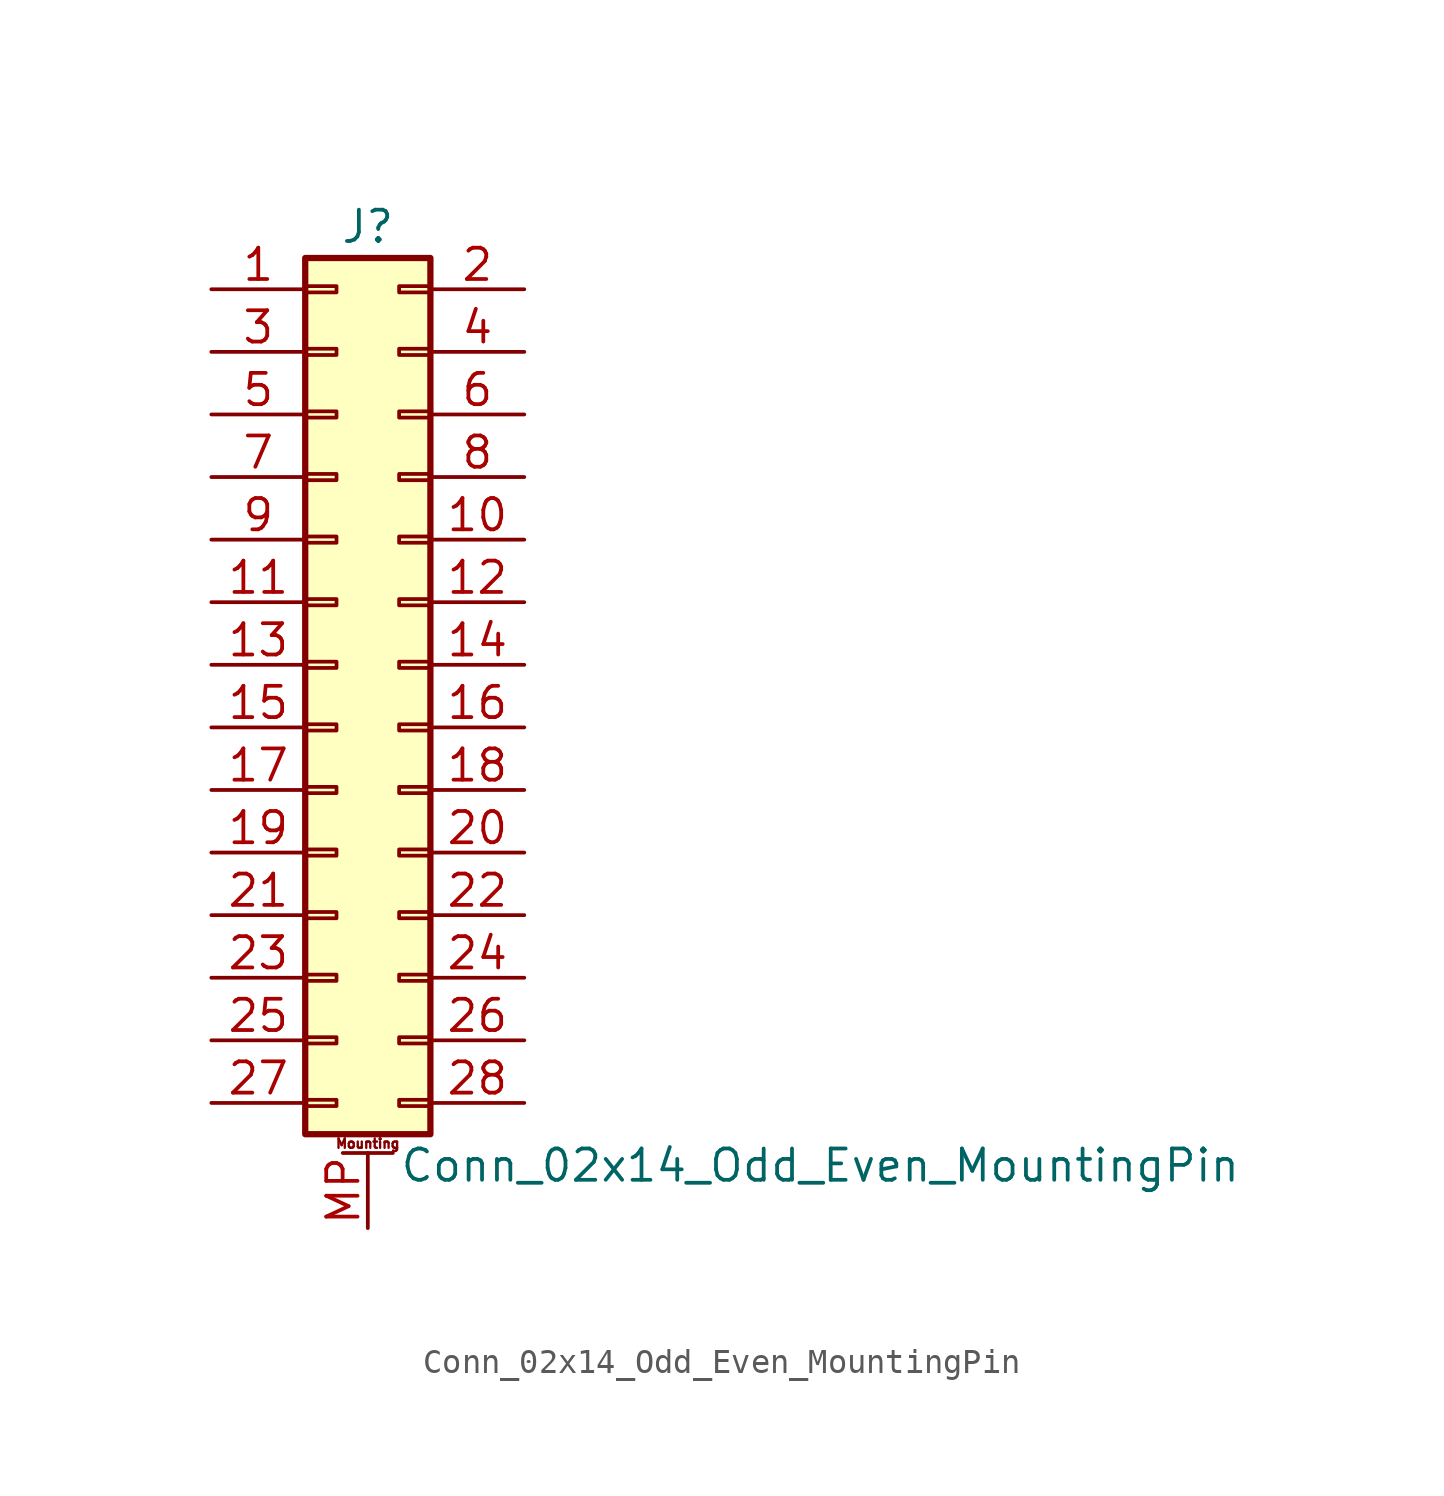
<source format=kicad_sym>
(kicad_symbol_lib
  (version 20220914)
  (generator kicad_symbol_editor)
  (symbol "Conn_02x14_Odd_Even_MountingPin"
    (pin_names
      (offset 1.016) hide)
    (property "Reference" "J"
      (at 1.27 17.78 0)
      (effects (font (size 1.27 1.27))))
    (property "Value" "Conn_02x14_Odd_Even_MountingPin"
      (at 2.54 -20.32 0)
      (effects (font (size 1.27 1.27)) (justify left)))
    (symbol "Conn_02x14_Odd_Even_MountingPin_1_1"
      (rectangle (start -1.27 -17.653) (end 0 -17.907) (stroke (width 0.152) (type default)) (fill (type none)))
      (rectangle (start -1.27 -15.113) (end 0 -15.367) (stroke (width 0.152) (type default)) (fill (type none)))
      (rectangle (start -1.27 -12.573) (end 0 -12.827) (stroke (width 0.152) (type default)) (fill (type none)))
      (rectangle (start -1.27 -10.033) (end 0 -10.287) (stroke (width 0.152) (type default)) (fill (type none)))
      (rectangle (start -1.27 -7.493) (end 0 -7.747) (stroke (width 0.152) (type default)) (fill (type none)))
      (rectangle (start -1.27 -4.953) (end 0 -5.207) (stroke (width 0.152) (type default)) (fill (type none)))
      (rectangle (start -1.27 -2.413) (end 0 -2.667) (stroke (width 0.152) (type default)) (fill (type none)))
      (rectangle (start -1.27 0.127) (end 0 -0.127) (stroke (width 0.152) (type default)) (fill (type none)))
      (rectangle (start -1.27 2.667) (end 0 2.413) (stroke (width 0.152) (type default)) (fill (type none)))
      (rectangle (start -1.27 5.207) (end 0 4.953) (stroke (width 0.152) (type default)) (fill (type none)))
      (rectangle (start -1.27 7.747) (end 0 7.493) (stroke (width 0.152) (type default)) (fill (type none)))
      (rectangle (start -1.27 10.287) (end 0 10.033) (stroke (width 0.152) (type default)) (fill (type none)))
      (rectangle (start -1.27 12.827) (end 0 12.573) (stroke (width 0.152) (type default)) (fill (type none)))
      (rectangle (start -1.27 15.367) (end 0 15.113) (stroke (width 0.152) (type default)) (fill (type none)))
      (rectangle (start -1.27 16.51) (end 3.81 -19.05) (stroke (width 0.254) (type default)) (fill (type background)))
      (polyline (pts (xy 0.254 -19.812) (xy 2.286 -19.812)) (stroke (width 0.152) (type default)) (fill (type none)))
      (rectangle (start 3.81 -17.653) (end 2.54 -17.907) (stroke (width 0.152) (type default)) (fill (type none)))
      (rectangle (start 3.81 -15.113) (end 2.54 -15.367) (stroke (width 0.152) (type default)) (fill (type none)))
      (rectangle (start 3.81 -12.573) (end 2.54 -12.827) (stroke (width 0.152) (type default)) (fill (type none)))
      (rectangle (start 3.81 -10.033) (end 2.54 -10.287) (stroke (width 0.152) (type default)) (fill (type none)))
      (rectangle (start 3.81 -7.493) (end 2.54 -7.747) (stroke (width 0.152) (type default)) (fill (type none)))
      (rectangle (start 3.81 -4.953) (end 2.54 -5.207) (stroke (width 0.152) (type default)) (fill (type none)))
      (rectangle (start 3.81 -2.413) (end 2.54 -2.667) (stroke (width 0.152) (type default)) (fill (type none)))
      (rectangle (start 3.81 0.127) (end 2.54 -0.127) (stroke (width 0.152) (type default)) (fill (type none)))
      (rectangle (start 3.81 2.667) (end 2.54 2.413) (stroke (width 0.152) (type default)) (fill (type none)))
      (rectangle (start 3.81 5.207) (end 2.54 4.953) (stroke (width 0.152) (type default)) (fill (type none)))
      (rectangle (start 3.81 7.747) (end 2.54 7.493) (stroke (width 0.152) (type default)) (fill (type none)))
      (rectangle (start 3.81 10.287) (end 2.54 10.033) (stroke (width 0.152) (type default)) (fill (type none)))
      (rectangle (start 3.81 12.827) (end 2.54 12.573) (stroke (width 0.152) (type default)) (fill (type none)))
      (rectangle (start 3.81 15.367) (end 2.54 15.113) (stroke (width 0.152) (type default)) (fill (type none)))
      (text "Mounting" (at 1.27 -19.431 0) (effects (font (size 0.381 0.381))))
      (pin passive line (at -5.08 15.24 0) (length 3.81) (name "Pin_1" (effects (font (size 1.27 1.27)))) (number "1" (effects (font (size 1.27 1.27)))))
      (pin passive line (at 7.62 5.08 180) (length 3.81) (name "Pin_10" (effects (font (size 1.27 1.27)))) (number "10" (effects (font (size 1.27 1.27)))))
      (pin passive line (at -5.08 2.54 0) (length 3.81) (name "Pin_11" (effects (font (size 1.27 1.27)))) (number "11" (effects (font (size 1.27 1.27)))))
      (pin passive line (at 7.62 2.54 180) (length 3.81) (name "Pin_12" (effects (font (size 1.27 1.27)))) (number "12" (effects (font (size 1.27 1.27)))))
      (pin passive line (at -5.08 0 0) (length 3.81) (name "Pin_13" (effects (font (size 1.27 1.27)))) (number "13" (effects (font (size 1.27 1.27)))))
      (pin passive line (at 7.62 0 180) (length 3.81) (name "Pin_14" (effects (font (size 1.27 1.27)))) (number "14" (effects (font (size 1.27 1.27)))))
      (pin passive line (at -5.08 -2.54 0) (length 3.81) (name "Pin_15" (effects (font (size 1.27 1.27)))) (number "15" (effects (font (size 1.27 1.27)))))
      (pin passive line (at 7.62 -2.54 180) (length 3.81) (name "Pin_16" (effects (font (size 1.27 1.27)))) (number "16" (effects (font (size 1.27 1.27)))))
      (pin passive line (at -5.08 -5.08 0) (length 3.81) (name "Pin_17" (effects (font (size 1.27 1.27)))) (number "17" (effects (font (size 1.27 1.27)))))
      (pin passive line (at 7.62 -5.08 180) (length 3.81) (name "Pin_18" (effects (font (size 1.27 1.27)))) (number "18" (effects (font (size 1.27 1.27)))))
      (pin passive line (at -5.08 -7.62 0) (length 3.81) (name "Pin_19" (effects (font (size 1.27 1.27)))) (number "19" (effects (font (size 1.27 1.27)))))
      (pin passive line (at 7.62 15.24 180) (length 3.81) (name "Pin_2" (effects (font (size 1.27 1.27)))) (number "2" (effects (font (size 1.27 1.27)))))
      (pin passive line (at 7.62 -7.62 180) (length 3.81) (name "Pin_20" (effects (font (size 1.27 1.27)))) (number "20" (effects (font (size 1.27 1.27)))))
      (pin passive line (at -5.08 -10.16 0) (length 3.81) (name "Pin_21" (effects (font (size 1.27 1.27)))) (number "21" (effects (font (size 1.27 1.27)))))
      (pin passive line (at 7.62 -10.16 180) (length 3.81) (name "Pin_22" (effects (font (size 1.27 1.27)))) (number "22" (effects (font (size 1.27 1.27)))))
      (pin passive line (at -5.08 -12.7 0) (length 3.81) (name "Pin_23" (effects (font (size 1.27 1.27)))) (number "23" (effects (font (size 1.27 1.27)))))
      (pin passive line (at 7.62 -12.7 180) (length 3.81) (name "Pin_24" (effects (font (size 1.27 1.27)))) (number "24" (effects (font (size 1.27 1.27)))))
      (pin passive line (at -5.08 -15.24 0) (length 3.81) (name "Pin_25" (effects (font (size 1.27 1.27)))) (number "25" (effects (font (size 1.27 1.27)))))
      (pin passive line (at 7.62 -15.24 180) (length 3.81) (name "Pin_26" (effects (font (size 1.27 1.27)))) (number "26" (effects (font (size 1.27 1.27)))))
      (pin passive line (at -5.08 -17.78 0) (length 3.81) (name "Pin_27" (effects (font (size 1.27 1.27)))) (number "27" (effects (font (size 1.27 1.27)))))
      (pin passive line (at 7.62 -17.78 180) (length 3.81) (name "Pin_28" (effects (font (size 1.27 1.27)))) (number "28" (effects (font (size 1.27 1.27)))))
      (pin passive line (at -5.08 12.7 0) (length 3.81) (name "Pin_3" (effects (font (size 1.27 1.27)))) (number "3" (effects (font (size 1.27 1.27)))))
      (pin passive line (at 7.62 12.7 180) (length 3.81) (name "Pin_4" (effects (font (size 1.27 1.27)))) (number "4" (effects (font (size 1.27 1.27)))))
      (pin passive line (at -5.08 10.16 0) (length 3.81) (name "Pin_5" (effects (font (size 1.27 1.27)))) (number "5" (effects (font (size 1.27 1.27)))))
      (pin passive line (at 7.62 10.16 180) (length 3.81) (name "Pin_6" (effects (font (size 1.27 1.27)))) (number "6" (effects (font (size 1.27 1.27)))))
      (pin passive line (at -5.08 7.62 0) (length 3.81) (name "Pin_7" (effects (font (size 1.27 1.27)))) (number "7" (effects (font (size 1.27 1.27)))))
      (pin passive line (at 7.62 7.62 180) (length 3.81) (name "Pin_8" (effects (font (size 1.27 1.27)))) (number "8" (effects (font (size 1.27 1.27)))))
      (pin passive line (at -5.08 5.08 0) (length 3.81) (name "Pin_9" (effects (font (size 1.27 1.27)))) (number "9" (effects (font (size 1.27 1.27)))))
      (pin passive line (at 1.27 -22.86 90) (length 3.048) (name "MountPin" (effects (font (size 1.27 1.27)))) (number "MP" (effects (font (size 1.27 1.27))))))))
</source>
